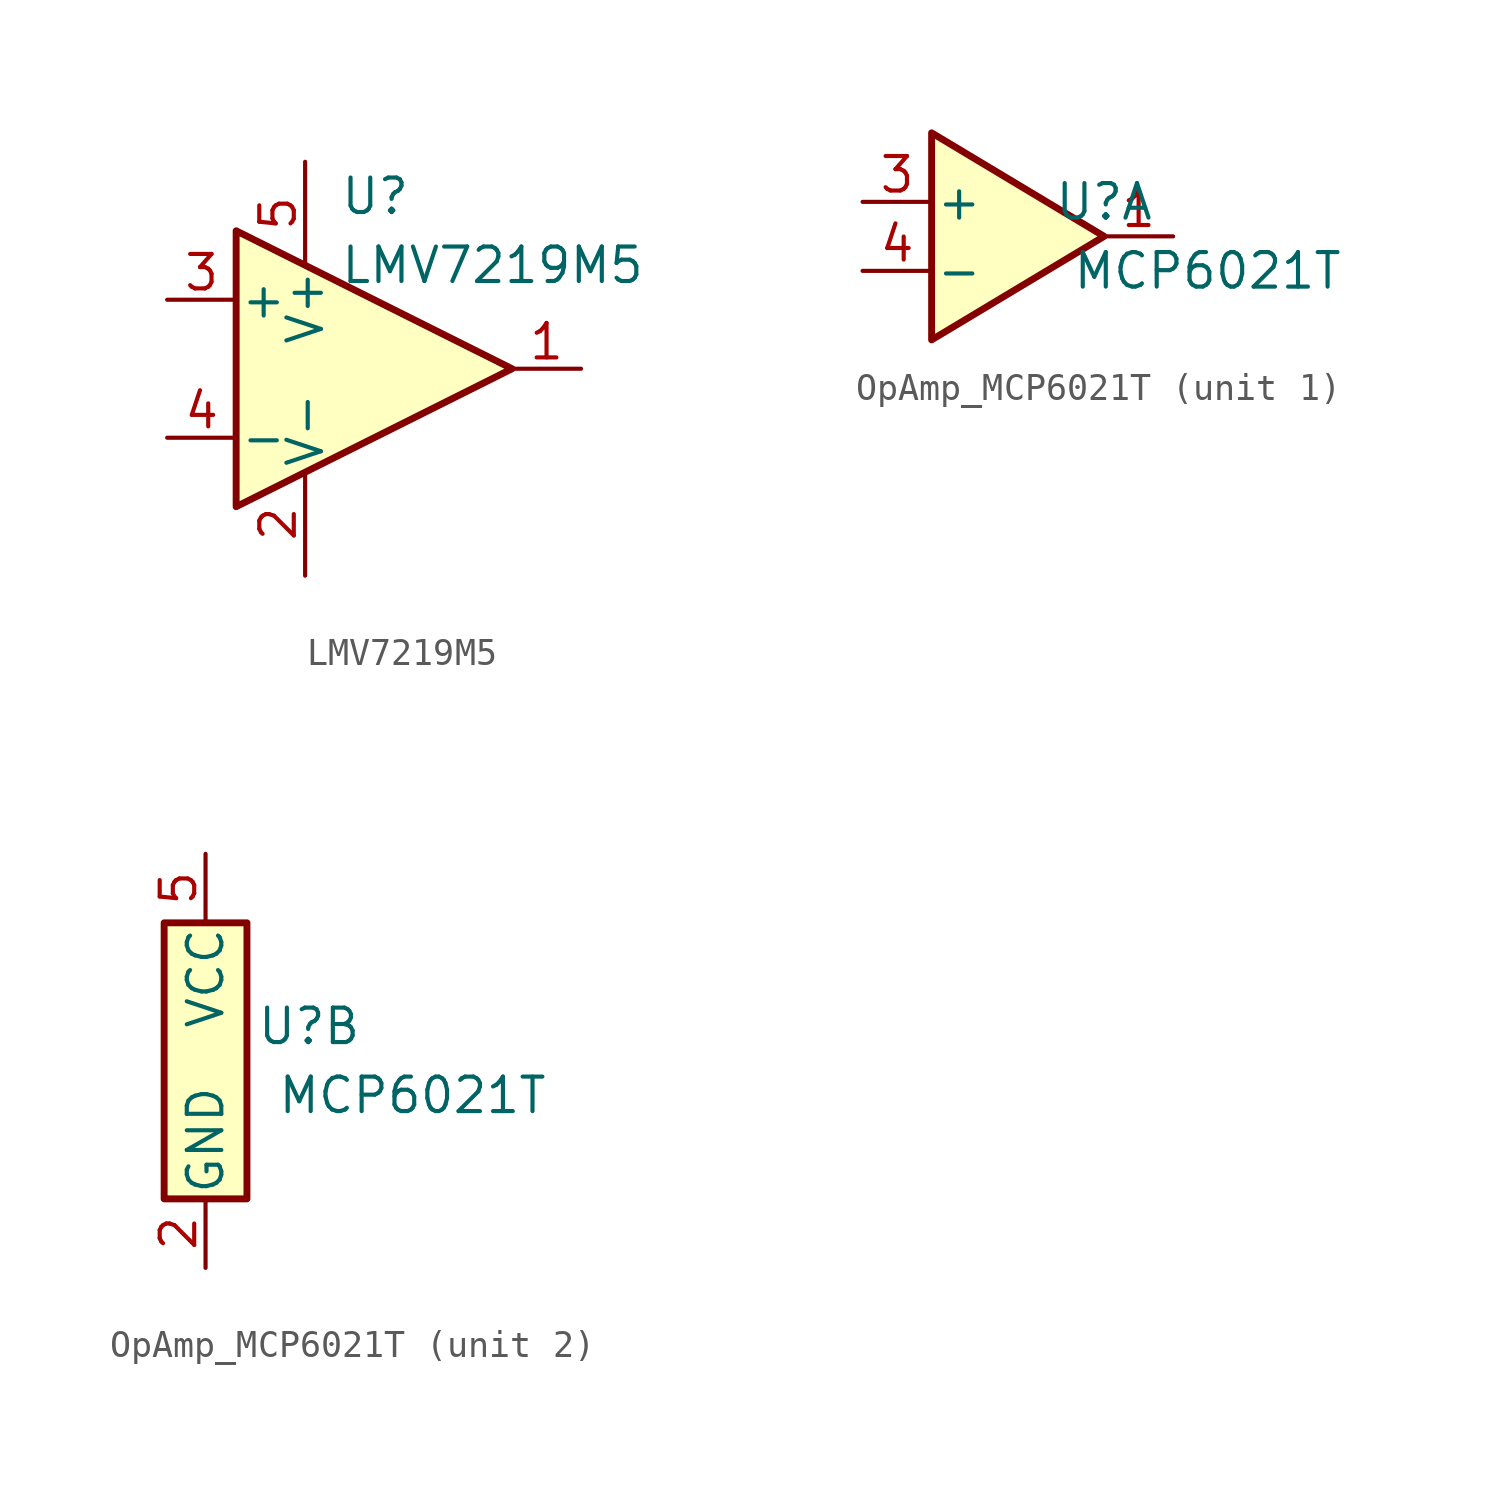
<source format=kicad_sym>
(kicad_symbol_lib
  (version 20231120)
  (generator "kicad_symbol_editor")
  (generator_version "8.0")
  (symbol "LMV7219M5"
    (pin_names
      (offset 0.127))
    (property "Reference" "U"
      (at -1.27 6.35 0)
      (effects (font (size 1.27 1.27)) (justify left)))
    (property "Value" "LMV7219M5"
      (at -1.27 3.81 0)
      (effects (font (size 1.27 1.27)) (justify left)))
    (symbol "LMV7219M5_0_1"
      (polyline (pts (xy -5.08 5.08) (xy 5.08 0) (xy -5.08 -5.08) (xy -5.08 5.08)) (stroke (width 0.254) (type default)) (fill (type background)))
      (pin power_in line (at -2.54 -7.62 90) (length 3.81) (name "V-" (effects (font (size 1.27 1.27)))) (number "2" (effects (font (size 1.27 1.27)))))
      (pin power_in line (at -2.54 7.62 270) (length 3.81) (name "V+" (effects (font (size 1.27 1.27)))) (number "5" (effects (font (size 1.27 1.27))))))
    (symbol "LMV7219M5_1_1"
      (pin output line (at 7.62 0 180) (length 2.54) (name "~" (effects (font (size 1.27 1.27)))) (number "1" (effects (font (size 1.27 1.27)))))
      (pin input line (at -7.62 2.54 0) (length 2.54) (name "+" (effects (font (size 1.27 1.27)))) (number "3" (effects (font (size 1.27 1.27)))))
      (pin input line (at -7.62 -2.54 0) (length 2.54) (name "-" (effects (font (size 1.27 1.27)))) (number "4" (effects (font (size 1.27 1.27)))))))
  (symbol "OpAmp_MCP6021T"
    (pin_names
      (offset 0.127))
    (property "Reference" "U"
      (at 3.81 1.27 0)
      (effects (font (size 1.27 1.27))))
    (property "Value" "MCP6021T"
      (at 7.62 -1.27 0)
      (effects (font (size 1.27 1.27))))
    (property "ki_locked" ""
      (at 0 0 0)
      (effects (font (size 1.27 1.27))))
    (symbol "OpAmp_MCP6021T_1_1"
      (polyline (pts (xy -2.54 3.81) (xy -2.54 -3.81) (xy 3.81 0) (xy -2.54 3.81)) (stroke (width 0.254) (type default)) (fill (type background)))
      (pin output line (at 6.35 0 180) (length 2.54) (name "~" (effects (font (size 1.27 1.27)))) (number "1" (effects (font (size 1.27 1.27)))))
      (pin input line (at -5.08 1.27 0) (length 2.54) (name "+" (effects (font (size 1.27 1.27)))) (number "3" (effects (font (size 1.27 1.27)))))
      (pin input line (at -5.08 -1.27 0) (length 2.54) (name "-" (effects (font (size 1.27 1.27)))) (number "4" (effects (font (size 1.27 1.27))))))
    (symbol "OpAmp_MCP6021T_2_0"
      (rectangle (start -1.524 5.08) (end 1.524 -5.08) (stroke (width 0.254) (type default)) (fill (type background))))
    (symbol "OpAmp_MCP6021T_2_1"
      (pin power_in line (at 0 -7.62 90) (length 2.54) (name "GND" (effects (font (size 1.27 1.27)))) (number "2" (effects (font (size 1.27 1.27)))))
      (pin power_in line (at 0 7.62 270) (length 2.54) (name "VCC" (effects (font (size 1.27 1.27)))) (number "5" (effects (font (size 1.27 1.27))))))))
</source>
